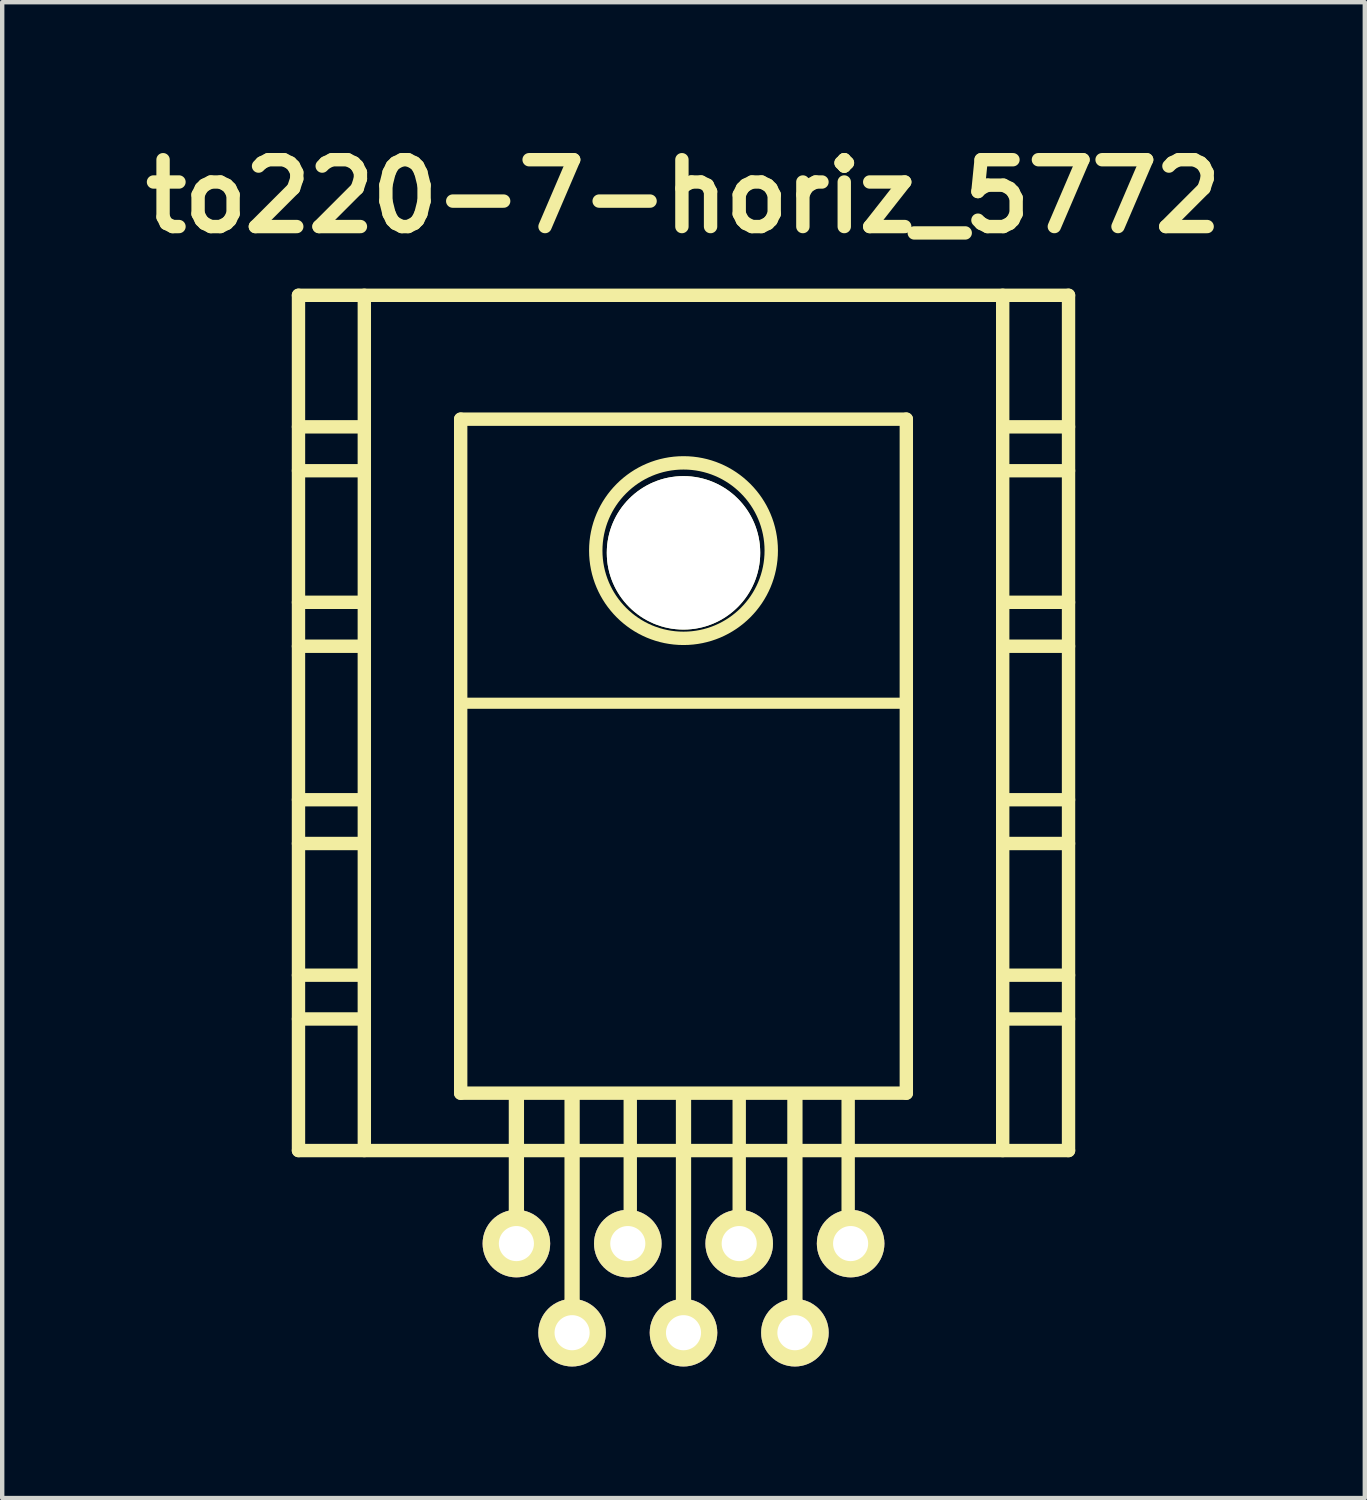
<source format=kicad_pcb>
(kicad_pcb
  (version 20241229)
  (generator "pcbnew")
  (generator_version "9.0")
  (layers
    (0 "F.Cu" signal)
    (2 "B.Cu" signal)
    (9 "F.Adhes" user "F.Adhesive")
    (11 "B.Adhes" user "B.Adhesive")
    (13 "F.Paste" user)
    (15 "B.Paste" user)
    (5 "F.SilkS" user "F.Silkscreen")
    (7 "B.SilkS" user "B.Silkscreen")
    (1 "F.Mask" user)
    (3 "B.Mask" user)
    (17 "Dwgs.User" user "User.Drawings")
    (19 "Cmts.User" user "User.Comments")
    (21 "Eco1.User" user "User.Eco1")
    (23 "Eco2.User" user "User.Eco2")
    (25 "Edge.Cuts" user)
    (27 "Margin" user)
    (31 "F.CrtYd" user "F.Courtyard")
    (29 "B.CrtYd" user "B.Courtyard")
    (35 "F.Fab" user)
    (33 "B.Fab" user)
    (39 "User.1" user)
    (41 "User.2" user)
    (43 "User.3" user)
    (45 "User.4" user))
  (footprint "to220-7-horiz_5772"
    (layer "F.Cu")
    (at 12.533 17.682)
    (property "Reference" "to220-7-horiz_5772" (at 0 -16.256 0) (layer "F.SilkS") (effects (font (size 1.524 1.524) (thickness 0.305))))
    (attr through_hole)
    (fp_line (start -8.778 -14) (end -8.778 5.499) (stroke (width 0.305) (type solid)) (layer "F.SilkS"))
    (fp_line (start -8.778 -11.001) (end -7.277 -11.001) (stroke (width 0.305) (type solid)) (layer "F.SilkS"))
    (fp_line (start -8.778 -10) (end -7.277 -10) (stroke (width 0.305) (type solid)) (layer "F.SilkS"))
    (fp_line (start -8.778 -7) (end -7.277 -7) (stroke (width 0.305) (type solid)) (layer "F.SilkS"))
    (fp_line (start -8.778 -5.999) (end -7.277 -5.999) (stroke (width 0.305) (type solid)) (layer "F.SilkS"))
    (fp_line (start -8.778 -2.499) (end -7.277 -2.499) (stroke (width 0.305) (type solid)) (layer "F.SilkS"))
    (fp_line (start -8.778 -1.501) (end -7.277 -1.501) (stroke (width 0.305) (type solid)) (layer "F.SilkS"))
    (fp_line (start -8.778 1.501) (end -7.277 1.501) (stroke (width 0.305) (type solid)) (layer "F.SilkS"))
    (fp_line (start -8.778 2.499) (end -7.277 2.499) (stroke (width 0.305) (type solid)) (layer "F.SilkS"))
    (fp_line (start -8.778 5.499) (end 8.778 5.499) (stroke (width 0.305) (type solid)) (layer "F.SilkS"))
    (fp_line (start -7.277 5.499) (end -7.277 -14) (stroke (width 0.305) (type solid)) (layer "F.SilkS"))
    (fp_line (start -5.08 -11.176) (end -5.08 4.191) (stroke (width 0.305) (type solid)) (layer "F.SilkS"))
    (fp_line (start -5.08 4.191) (end 5.08 4.191) (stroke (width 0.305) (type solid)) (layer "F.SilkS"))
    (fp_line (start -3.81 7.62) (end -3.81 4.318) (stroke (width 0.348) (type solid)) (layer "F.SilkS"))
    (fp_line (start -2.54 9.652) (end -2.54 4.318) (stroke (width 0.348) (type solid)) (layer "F.SilkS"))
    (fp_line (start -1.214 7.75) (end -1.214 4.249) (stroke (width 0.305) (type solid)) (layer "F.SilkS"))
    (fp_line (start 0 9.652) (end 0 4.318) (stroke (width 0.348) (type solid)) (layer "F.SilkS"))
    (fp_line (start 1.27 7.75) (end 1.27 4.249) (stroke (width 0.305) (type solid)) (layer "F.SilkS"))
    (fp_line (start 2.54 9.652) (end 2.54 4.318) (stroke (width 0.348) (type solid)) (layer "F.SilkS"))
    (fp_line (start 3.754 7.75) (end 3.754 4.249) (stroke (width 0.305) (type solid)) (layer "F.SilkS"))
    (fp_line (start 5.08 -11.176) (end -5.08 -11.176) (stroke (width 0.305) (type solid)) (layer "F.SilkS"))
    (fp_line (start 5.08 -4.699) (end -5.08 -4.699) (stroke (width 0.254) (type solid)) (layer "F.SilkS"))
    (fp_line (start 5.08 4.191) (end 5.08 -11.176) (stroke (width 0.305) (type solid)) (layer "F.SilkS"))
    (fp_line (start 7.277 -14) (end 7.277 5.499) (stroke (width 0.305) (type solid)) (layer "F.SilkS"))
    (fp_line (start 7.277 -11.001) (end 8.778 -11.001) (stroke (width 0.305) (type solid)) (layer "F.SilkS"))
    (fp_line (start 7.277 -10) (end 8.778 -10) (stroke (width 0.305) (type solid)) (layer "F.SilkS"))
    (fp_line (start 7.277 -7) (end 8.778 -7) (stroke (width 0.305) (type solid)) (layer "F.SilkS"))
    (fp_line (start 7.277 -5.999) (end 8.778 -5.999) (stroke (width 0.305) (type solid)) (layer "F.SilkS"))
    (fp_line (start 7.277 -2.499) (end 8.778 -2.499) (stroke (width 0.305) (type solid)) (layer "F.SilkS"))
    (fp_line (start 7.277 -1.501) (end 8.778 -1.501) (stroke (width 0.305) (type solid)) (layer "F.SilkS"))
    (fp_line (start 7.277 1.501) (end 8.778 1.501) (stroke (width 0.305) (type solid)) (layer "F.SilkS"))
    (fp_line (start 7.277 2.499) (end 8.778 2.499) (stroke (width 0.305) (type solid)) (layer "F.SilkS"))
    (fp_line (start 8.778 -14) (end -8.778 -14) (stroke (width 0.305) (type solid)) (layer "F.SilkS"))
    (fp_line (start 8.778 5.499) (end 8.778 -14) (stroke (width 0.305) (type solid)) (layer "F.SilkS"))
    (fp_circle (center 0 -8.179) (end -1.999 -8.255) (stroke (width 0.305) (type solid)) (fill no) (layer "F.SilkS"))
    (pad "" np_thru_hole circle (at 0 -8.128) (size 3.498 3.498) (drill 3.498) (layers "*.Cu" "*.Mask" "F.SilkS"))
    (pad "1" thru_hole circle (at -3.81 7.62) (size 1.54 1.54) (drill 0.8) (layers "*.Cu" "*.Mask" "F.SilkS"))
    (pad "2" thru_hole circle (at -2.54 9.652) (size 1.54 1.54) (drill 0.8) (layers "*.Cu" "*.Mask" "F.SilkS"))
    (pad "3" thru_hole circle (at -1.27 7.62) (size 1.54 1.54) (drill 0.8) (layers "*.Cu" "*.Mask" "F.SilkS"))
    (pad "4" thru_hole circle (at 0 9.652) (size 1.54 1.54) (drill 0.8) (layers "*.Cu" "*.Mask" "F.SilkS"))
    (pad "5" thru_hole circle (at 1.27 7.62) (size 1.54 1.54) (drill 0.8) (layers "*.Cu" "*.Mask" "F.SilkS"))
    (pad "6" thru_hole circle (at 2.54 9.652) (size 1.54 1.54) (drill 0.8) (layers "*.Cu" "*.Mask" "F.SilkS"))
    (pad "7" thru_hole circle (at 3.81 7.62) (size 1.54 1.54) (drill 0.8) (layers "*.Cu" "*.Mask" "F.SilkS")))
  (gr_rect
    (start -3 -3)
    (end 28.066 31.104)
    (stroke (width 0.1) (type default))
    (fill no)
    (layer "Edge.Cuts")))
</source>
